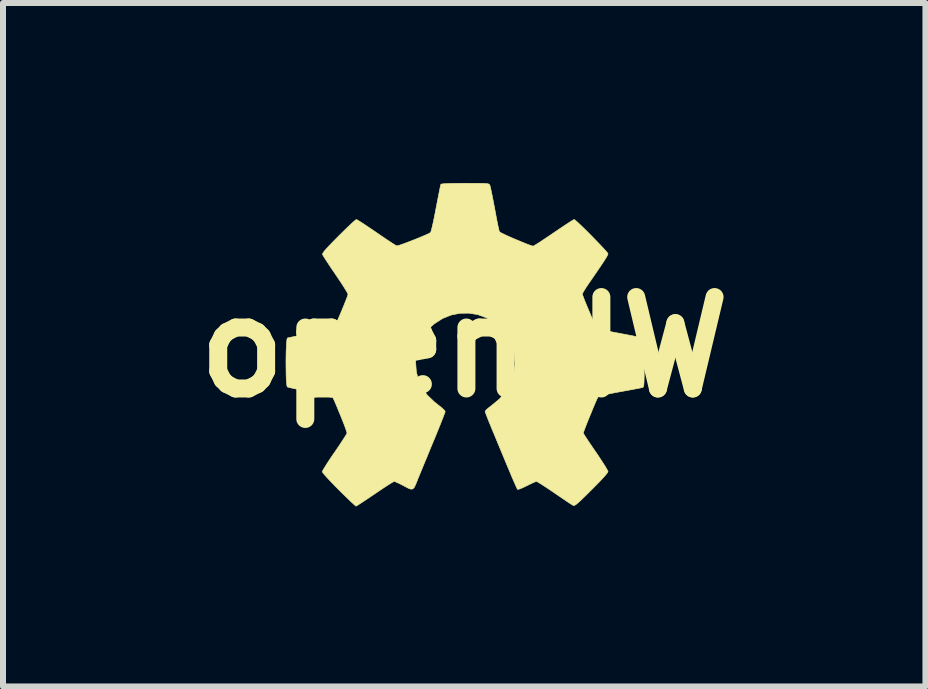
<source format=kicad_pcb>
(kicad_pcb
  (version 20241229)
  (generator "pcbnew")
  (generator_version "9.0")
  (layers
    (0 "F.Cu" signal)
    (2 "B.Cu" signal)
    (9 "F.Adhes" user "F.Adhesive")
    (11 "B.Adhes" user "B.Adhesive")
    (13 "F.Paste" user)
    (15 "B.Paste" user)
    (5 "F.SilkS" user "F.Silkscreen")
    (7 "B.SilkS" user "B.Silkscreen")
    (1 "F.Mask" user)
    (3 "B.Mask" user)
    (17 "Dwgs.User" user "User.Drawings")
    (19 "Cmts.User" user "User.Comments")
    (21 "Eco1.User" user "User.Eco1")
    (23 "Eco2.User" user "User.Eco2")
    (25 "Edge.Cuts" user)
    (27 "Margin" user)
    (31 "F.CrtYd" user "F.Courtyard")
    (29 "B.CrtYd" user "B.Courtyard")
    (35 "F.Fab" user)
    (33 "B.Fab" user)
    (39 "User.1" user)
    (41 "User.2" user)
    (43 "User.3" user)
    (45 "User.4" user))
  (footprint "openHW"
    (layer "F.Cu")
    (at 4.688 2.736)
    (property "Reference" "openHW" (at 0 0 0) (layer "F.SilkS") (effects (font (size 1.524 1.524) (thickness 0.3))))
    (attr through_hole)
    (fp_poly (pts (xy 0.139 -2.73) (xy 0.233 -2.73) (xy 0.304 -2.729) (xy 0.353 -2.727) (xy 0.387 -2.724) (xy 0.407 -2.719) (xy 0.419 -2.712) (xy 0.425 -2.702) (xy 0.428 -2.695) (xy 0.436 -2.669) (xy 0.447 -2.617) (xy 0.462 -2.544) (xy 0.48 -2.455) (xy 0.499 -2.354) (xy 0.509 -2.303) (xy 0.528 -2.199) (xy 0.546 -2.105) (xy 0.562 -2.026) (xy 0.575 -1.966) (xy 0.584 -1.931) (xy 0.586 -1.923) (xy 0.604 -1.911) (xy 0.645 -1.89) (xy 0.704 -1.862) (xy 0.776 -1.83) (xy 0.855 -1.796) (xy 0.934 -1.763) (xy 1.009 -1.732) (xy 1.073 -1.707) (xy 1.122 -1.69) (xy 1.148 -1.683) (xy 1.149 -1.683) (xy 1.167 -1.692) (xy 1.206 -1.716) (xy 1.265 -1.753) (xy 1.338 -1.802) (xy 1.422 -1.858) (xy 1.491 -1.905) (xy 1.581 -1.966) (xy 1.663 -2.021) (xy 1.733 -2.067) (xy 1.787 -2.102) (xy 1.822 -2.122) (xy 1.833 -2.127) (xy 1.85 -2.116) (xy 1.884 -2.086) (xy 1.934 -2.04) (xy 1.993 -1.983) (xy 2.06 -1.917) (xy 2.129 -1.847) (xy 2.197 -1.777) (xy 2.261 -1.711) (xy 2.317 -1.651) (xy 2.361 -1.603) (xy 2.389 -1.569) (xy 2.397 -1.555) (xy 2.39 -1.535) (xy 2.368 -1.495) (xy 2.33 -1.434) (xy 2.275 -1.352) (xy 2.203 -1.246) (xy 2.114 -1.116) (xy 2.07 -1.053) (xy 2.029 -0.992) (xy 1.996 -0.939) (xy 1.975 -0.901) (xy 1.968 -0.884) (xy 1.975 -0.863) (xy 1.991 -0.82) (xy 2.015 -0.758) (xy 2.045 -0.685) (xy 2.079 -0.605) (xy 2.113 -0.525) (xy 2.145 -0.45) (xy 2.174 -0.385) (xy 2.196 -0.336) (xy 2.21 -0.31) (xy 2.212 -0.307) (xy 2.229 -0.302) (xy 2.273 -0.292) (xy 2.34 -0.278) (xy 2.424 -0.261) (xy 2.522 -0.242) (xy 2.588 -0.23) (xy 2.693 -0.21) (xy 2.788 -0.192) (xy 2.869 -0.176) (xy 2.931 -0.163) (xy 2.969 -0.155) (xy 2.978 -0.152) (xy 2.985 -0.145) (xy 2.991 -0.125) (xy 2.995 -0.091) (xy 2.997 -0.038) (xy 2.999 0.037) (xy 3 0.137) (xy 3 0.26) (xy 3 0.385) (xy 3 0.481) (xy 2.998 0.552) (xy 2.996 0.603) (xy 2.993 0.637) (xy 2.988 0.658) (xy 2.981 0.668) (xy 2.973 0.673) (xy 2.945 0.679) (xy 2.895 0.689) (xy 2.832 0.701) (xy 2.802 0.707) (xy 2.647 0.735) (xy 2.521 0.758) (xy 2.422 0.778) (xy 2.346 0.794) (xy 2.29 0.808) (xy 2.254 0.82) (xy 2.233 0.83) (xy 2.228 0.836) (xy 2.217 0.857) (xy 2.197 0.901) (xy 2.17 0.963) (xy 2.139 1.038) (xy 2.106 1.119) (xy 2.072 1.201) (xy 2.041 1.279) (xy 2.015 1.346) (xy 1.996 1.398) (xy 1.985 1.428) (xy 1.984 1.433) (xy 1.993 1.449) (xy 2.017 1.488) (xy 2.054 1.544) (xy 2.102 1.616) (xy 2.158 1.698) (xy 2.191 1.746) (xy 2.25 1.833) (xy 2.302 1.913) (xy 2.346 1.981) (xy 2.377 2.034) (xy 2.395 2.067) (xy 2.397 2.075) (xy 2.386 2.095) (xy 2.355 2.134) (xy 2.306 2.189) (xy 2.242 2.257) (xy 2.165 2.335) (xy 2.121 2.379) (xy 2.035 2.465) (xy 1.968 2.53) (xy 1.917 2.578) (xy 1.88 2.61) (xy 1.854 2.63) (xy 1.835 2.639) (xy 1.821 2.639) (xy 1.809 2.635) (xy 1.809 2.635) (xy 1.785 2.62) (xy 1.74 2.591) (xy 1.678 2.549) (xy 1.603 2.498) (xy 1.52 2.442) (xy 1.499 2.427) (xy 1.416 2.371) (xy 1.341 2.321) (xy 1.279 2.281) (xy 1.233 2.253) (xy 1.207 2.239) (xy 1.204 2.238) (xy 1.183 2.245) (xy 1.14 2.264) (xy 1.083 2.291) (xy 1.043 2.311) (xy 0.979 2.342) (xy 0.928 2.363) (xy 0.896 2.372) (xy 0.888 2.37) (xy 0.878 2.353) (xy 0.859 2.309) (xy 0.83 2.244) (xy 0.794 2.161) (xy 0.753 2.063) (xy 0.707 1.954) (xy 0.69 1.913) (xy 0.639 1.79) (xy 0.588 1.667) (xy 0.539 1.549) (xy 0.495 1.442) (xy 0.457 1.352) (xy 0.43 1.285) (xy 0.428 1.281) (xy 0.398 1.208) (xy 0.374 1.145) (xy 0.356 1.098) (xy 0.349 1.073) (xy 0.349 1.072) (xy 0.361 1.053) (xy 0.393 1.023) (xy 0.439 0.986) (xy 0.448 0.98) (xy 0.587 0.865) (xy 0.695 0.741) (xy 0.774 0.606) (xy 0.824 0.459) (xy 0.846 0.301) (xy 0.846 0.262) (xy 0.833 0.103) (xy 0.792 -0.043) (xy 0.721 -0.178) (xy 0.62 -0.306) (xy 0.619 -0.307) (xy 0.501 -0.412) (xy 0.368 -0.49) (xy 0.226 -0.542) (xy 0.078 -0.566) (xy -0.072 -0.564) (xy -0.22 -0.534) (xy -0.362 -0.477) (xy -0.494 -0.392) (xy -0.539 -0.355) (xy -0.65 -0.236) (xy -0.732 -0.103) (xy -0.784 0.043) (xy -0.808 0.201) (xy -0.81 0.252) (xy -0.798 0.411) (xy -0.763 0.553) (xy -0.702 0.682) (xy -0.614 0.802) (xy -0.497 0.914) (xy -0.428 0.969) (xy -0.378 1.008) (xy -0.34 1.043) (xy -0.319 1.068) (xy -0.318 1.073) (xy -0.323 1.093) (xy -0.34 1.138) (xy -0.366 1.205) (xy -0.4 1.291) (xy -0.441 1.393) (xy -0.487 1.506) (xy -0.526 1.599) (xy -0.578 1.724) (xy -0.627 1.845) (xy -0.674 1.957) (xy -0.715 2.057) (xy -0.748 2.138) (xy -0.773 2.198) (xy -0.782 2.223) (xy -0.812 2.296) (xy -0.836 2.343) (xy -0.861 2.365) (xy -0.892 2.367) (xy -0.936 2.35) (xy -1.001 2.316) (xy -1.008 2.312) (xy -1.07 2.28) (xy -1.121 2.256) (xy -1.157 2.241) (xy -1.167 2.238) (xy -1.186 2.247) (xy -1.226 2.271) (xy -1.285 2.308) (xy -1.358 2.356) (xy -1.441 2.412) (xy -1.49 2.445) (xy -1.577 2.504) (xy -1.655 2.556) (xy -1.72 2.599) (xy -1.77 2.631) (xy -1.798 2.648) (xy -1.804 2.651) (xy -1.818 2.64) (xy -1.851 2.61) (xy -1.901 2.564) (xy -1.963 2.504) (xy -2.034 2.434) (xy -2.091 2.378) (xy -2.167 2.301) (xy -2.235 2.23) (xy -2.292 2.169) (xy -2.335 2.12) (xy -2.36 2.088) (xy -2.365 2.077) (xy -2.357 2.056) (xy -2.332 2.014) (xy -2.295 1.954) (xy -2.247 1.88) (xy -2.191 1.796) (xy -2.159 1.751) (xy -2.1 1.665) (xy -2.048 1.586) (xy -2.005 1.52) (xy -1.973 1.47) (xy -1.956 1.439) (xy -1.953 1.433) (xy -1.959 1.41) (xy -1.975 1.364) (xy -1.998 1.3) (xy -2.028 1.224) (xy -2.061 1.142) (xy -2.095 1.059) (xy -2.127 0.981) (xy -2.156 0.913) (xy -2.179 0.862) (xy -2.194 0.833) (xy -2.197 0.829) (xy -2.218 0.82) (xy -2.266 0.807) (xy -2.335 0.791) (xy -2.421 0.772) (xy -2.52 0.753) (xy -2.573 0.743) (xy -2.676 0.724) (xy -2.77 0.705) (xy -2.848 0.689) (xy -2.907 0.675) (xy -2.942 0.666) (xy -2.949 0.663) (xy -2.956 0.642) (xy -2.961 0.595) (xy -2.966 0.528) (xy -2.969 0.445) (xy -2.97 0.351) (xy -2.971 0.253) (xy -2.97 0.155) (xy -2.968 0.062) (xy -2.964 -0.021) (xy -2.96 -0.087) (xy -2.954 -0.133) (xy -2.947 -0.152) (xy -2.947 -0.152) (xy -2.925 -0.157) (xy -2.878 -0.167) (xy -2.808 -0.181) (xy -2.721 -0.198) (xy -2.621 -0.217) (xy -2.556 -0.229) (xy -2.452 -0.249) (xy -2.358 -0.268) (xy -2.279 -0.285) (xy -2.219 -0.299) (xy -2.183 -0.308) (xy -2.175 -0.312) (xy -2.163 -0.333) (xy -2.142 -0.377) (xy -2.114 -0.439) (xy -2.082 -0.513) (xy -2.048 -0.593) (xy -2.015 -0.673) (xy -1.985 -0.748) (xy -1.96 -0.811) (xy -1.943 -0.857) (xy -1.937 -0.88) (xy -1.937 -0.88) (xy -1.945 -0.901) (xy -1.97 -0.944) (xy -2.007 -1.004) (xy -2.055 -1.078) (xy -2.111 -1.162) (xy -2.145 -1.212) (xy -2.205 -1.3) (xy -2.259 -1.381) (xy -2.304 -1.45) (xy -2.338 -1.503) (xy -2.358 -1.537) (xy -2.362 -1.545) (xy -2.358 -1.561) (xy -2.341 -1.589) (xy -2.307 -1.63) (xy -2.255 -1.686) (xy -2.184 -1.76) (xy -2.094 -1.851) (xy -2.017 -1.927) (xy -1.946 -1.996) (xy -1.886 -2.053) (xy -1.839 -2.096) (xy -1.808 -2.121) (xy -1.798 -2.127) (xy -1.78 -2.119) (xy -1.74 -2.094) (xy -1.681 -2.057) (xy -1.608 -2.008) (xy -1.525 -1.952) (xy -1.465 -1.911) (xy -1.376 -1.85) (xy -1.295 -1.795) (xy -1.225 -1.749) (xy -1.171 -1.714) (xy -1.137 -1.693) (xy -1.127 -1.688) (xy -1.105 -1.691) (xy -1.06 -1.705) (xy -0.998 -1.727) (xy -0.924 -1.755) (xy -0.844 -1.786) (xy -0.764 -1.818) (xy -0.69 -1.849) (xy -0.627 -1.876) (xy -0.582 -1.897) (xy -0.561 -1.91) (xy -0.553 -1.931) (xy -0.54 -1.978) (xy -0.524 -2.047) (xy -0.505 -2.134) (xy -0.485 -2.234) (xy -0.47 -2.315) (xy -0.449 -2.422) (xy -0.43 -2.519) (xy -0.414 -2.601) (xy -0.401 -2.664) (xy -0.392 -2.704) (xy -0.388 -2.716) (xy -0.37 -2.72) (xy -0.324 -2.724) (xy -0.255 -2.727) (xy -0.165 -2.729) (xy -0.058 -2.73) (xy 0.017 -2.731) (xy 0.139 -2.73)) (stroke (width 0.01) (type solid)) (fill yes) (layer "F.SilkS")))
  (gr_rect
    (start -3 -3)
    (end 12.376 8.392)
    (stroke (width 0.1) (type default))
    (fill no)
    (layer "Edge.Cuts")))
</source>
